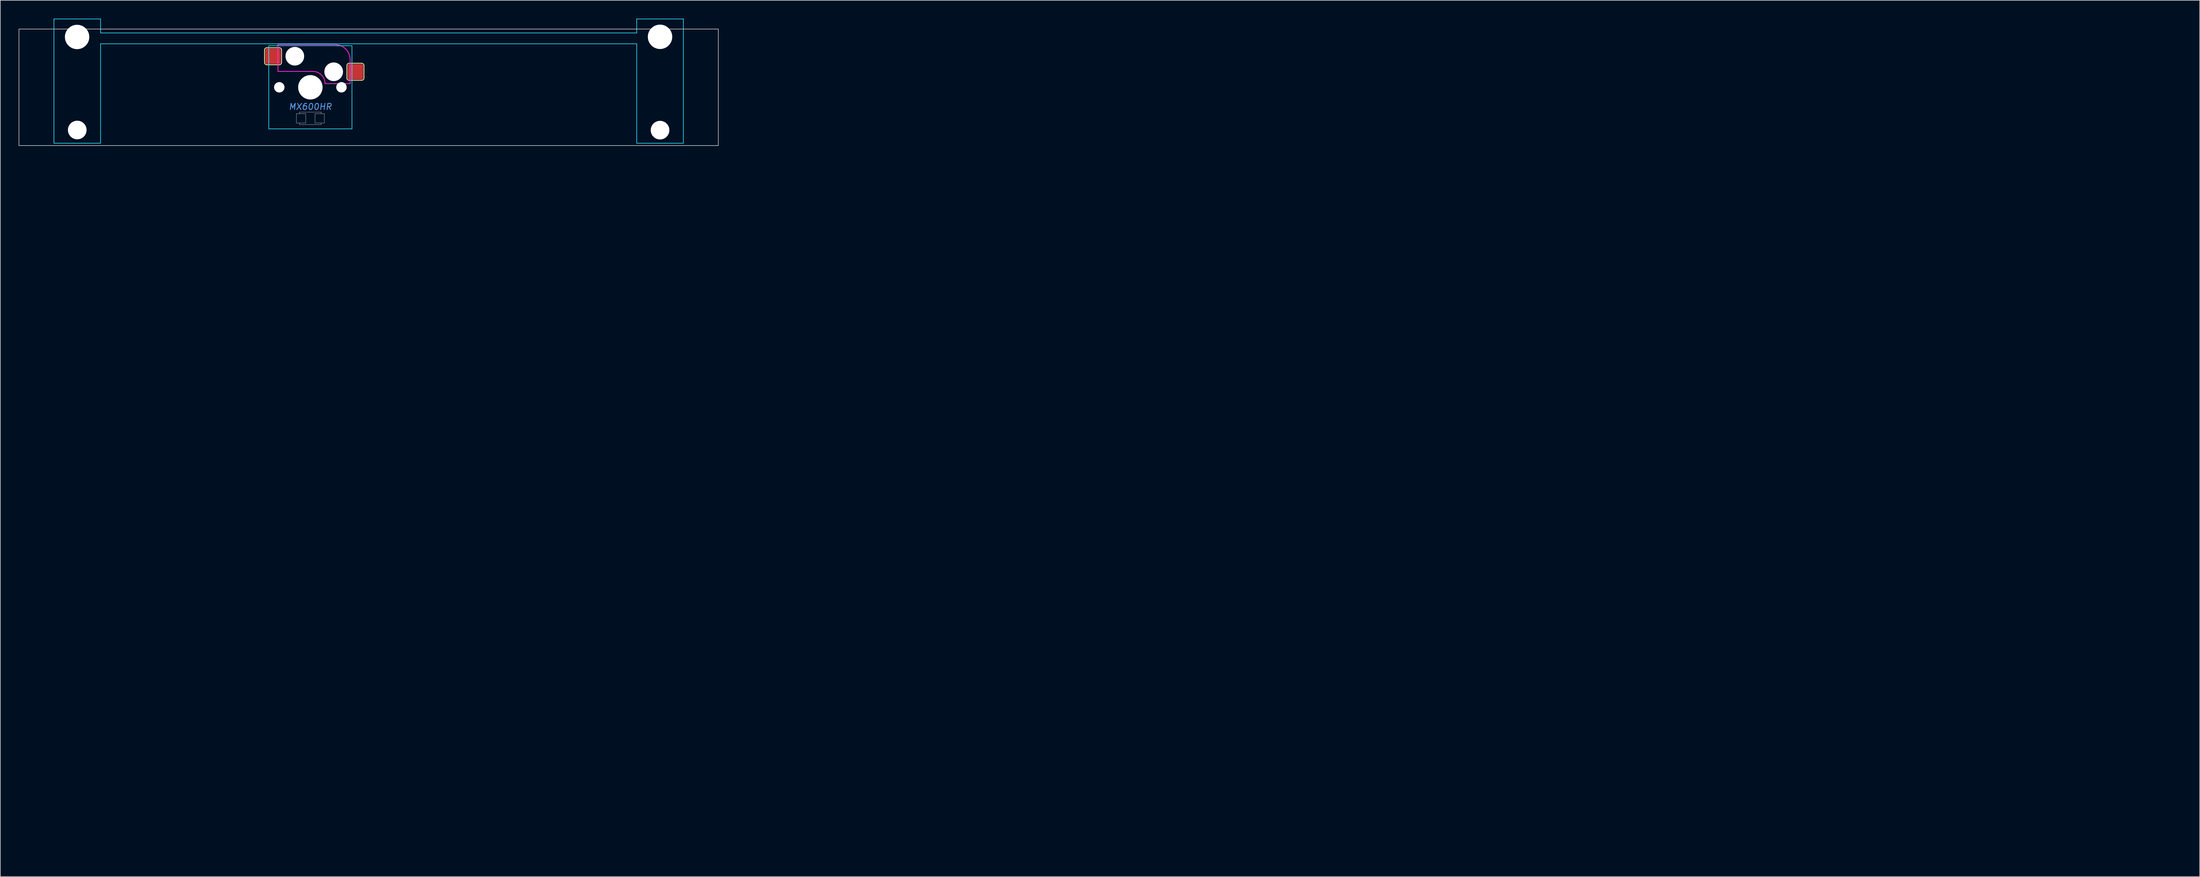
<source format=kicad_pcb>
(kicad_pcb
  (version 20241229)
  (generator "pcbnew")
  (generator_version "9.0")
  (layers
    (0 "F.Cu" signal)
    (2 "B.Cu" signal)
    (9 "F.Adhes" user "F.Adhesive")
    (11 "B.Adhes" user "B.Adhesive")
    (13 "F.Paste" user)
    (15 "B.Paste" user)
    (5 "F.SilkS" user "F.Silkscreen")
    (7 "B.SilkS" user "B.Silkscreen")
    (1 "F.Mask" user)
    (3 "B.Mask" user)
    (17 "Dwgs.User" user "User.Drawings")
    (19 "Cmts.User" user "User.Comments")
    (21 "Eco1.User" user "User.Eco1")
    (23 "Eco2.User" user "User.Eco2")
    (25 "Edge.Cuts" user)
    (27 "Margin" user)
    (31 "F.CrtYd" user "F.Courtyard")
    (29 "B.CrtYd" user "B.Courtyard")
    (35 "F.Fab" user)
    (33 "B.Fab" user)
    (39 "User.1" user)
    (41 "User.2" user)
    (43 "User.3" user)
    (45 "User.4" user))
  (footprint "MX600HR"
    (layer "F.Cu")
    (at 47.675 11.226)
    (property "Reference" "MX600HR" (at 0 3.175 0) (layer "Cmts.User") (effects (font (size 1 1) (thickness 0.15) (italic yes))))
    (attr smd)
    (fp_line (start -7.493 -6.096) (end -7.493 -4.064) (stroke (width 0.127) (type solid)) (layer "F.SilkS"))
    (fp_line (start -7.112 -3.683) (end -5.08 -3.683) (stroke (width 0.127) (type solid)) (layer "F.SilkS"))
    (fp_line (start -5.08 -6.477) (end -7.112 -6.477) (stroke (width 0.127) (type solid)) (layer "F.SilkS"))
    (fp_line (start -4.699 -4.064) (end -4.699 -6.096) (stroke (width 0.127) (type solid)) (layer "F.SilkS"))
    (fp_line (start 5.969 -3.556) (end 5.969 -1.524) (stroke (width 0.127) (type solid)) (layer "F.SilkS"))
    (fp_line (start 6.35 -1.143) (end 8.382 -1.143) (stroke (width 0.127) (type solid)) (layer "F.SilkS"))
    (fp_line (start 8.382 -3.937) (end 6.35 -3.937) (stroke (width 0.127) (type solid)) (layer "F.SilkS"))
    (fp_line (start 8.763 -1.524) (end 8.763 -3.556) (stroke (width 0.127) (type solid)) (layer "F.SilkS"))
    (fp_arc (start -7.493 -6.096) (mid -7.381408 -6.365408) (end -7.112 -6.477) (stroke (width 0.127) (type solid)) (layer "F.SilkS"))
    (fp_arc (start -7.112 -3.683) (mid -7.381408 -3.794592) (end -7.493 -4.064) (stroke (width 0.127) (type solid)) (layer "F.SilkS"))
    (fp_arc (start -5.08 -6.477) (mid -4.810592 -6.365408) (end -4.699 -6.096) (stroke (width 0.127) (type solid)) (layer "F.SilkS"))
    (fp_arc (start -4.699 -4.064) (mid -4.810592 -3.794592) (end -5.08 -3.683) (stroke (width 0.127) (type solid)) (layer "F.SilkS"))
    (fp_arc (start 5.969 -3.556) (mid 6.080592 -3.825408) (end 6.35 -3.937) (stroke (width 0.127) (type solid)) (layer "F.SilkS"))
    (fp_arc (start 6.35 -1.143) (mid 6.080592 -1.254592) (end 5.969 -1.524) (stroke (width 0.127) (type solid)) (layer "F.SilkS"))
    (fp_arc (start 8.382 -3.937) (mid 8.651408 -3.825408) (end 8.763 -3.556) (stroke (width 0.127) (type solid)) (layer "F.SilkS"))
    (fp_arc (start 8.763 -1.524) (mid 8.651408 -1.254592) (end 8.382 -1.143) (stroke (width 0.127) (type solid)) (layer "F.SilkS"))
    (fp_line (start -47.625 -9.525) (end -47.625 9.525) (stroke (width 0.1) (type solid)) (layer "Dwgs.User"))
    (fp_line (start -47.625 -9.525) (end 66.675 -9.525) (stroke (width 0.1) (type solid)) (layer "Dwgs.User"))
    (fp_line (start -47.625 9.525) (end 66.675 9.525) (stroke (width 0.1) (type solid)) (layer "Dwgs.User"))
    (fp_line (start -2.286 4.318) (end -0.762 4.318) (stroke (width 0.051) (type solid)) (layer "Dwgs.User"))
    (fp_line (start -2.286 5.842) (end -2.286 4.318) (stroke (width 0.051) (type solid)) (layer "Dwgs.User"))
    (fp_line (start -1.778 4.064) (end 1.778 4.064) (stroke (width 0.051) (type solid)) (layer "Dwgs.User"))
    (fp_line (start -1.778 4.318) (end -1.778 4.064) (stroke (width 0.051) (type solid)) (layer "Dwgs.User"))
    (fp_line (start -1.778 6.096) (end -1.778 5.842) (stroke (width 0.051) (type solid)) (layer "Dwgs.User"))
    (fp_line (start -0.762 4.318) (end -0.762 5.842) (stroke (width 0.051) (type solid)) (layer "Dwgs.User"))
    (fp_line (start -0.762 5.842) (end -2.286 5.842) (stroke (width 0.051) (type solid)) (layer "Dwgs.User"))
    (fp_line (start 0.762 4.318) (end 2.286 4.318) (stroke (width 0.051) (type solid)) (layer "Dwgs.User"))
    (fp_line (start 0.762 5.842) (end 0.762 4.318) (stroke (width 0.051) (type solid)) (layer "Dwgs.User"))
    (fp_line (start 1.778 4.064) (end 1.778 4.318) (stroke (width 0.051) (type solid)) (layer "Dwgs.User"))
    (fp_line (start 1.778 5.842) (end 1.778 6.096) (stroke (width 0.051) (type solid)) (layer "Dwgs.User"))
    (fp_line (start 1.778 6.096) (end -1.778 6.096) (stroke (width 0.051) (type solid)) (layer "Dwgs.User"))
    (fp_line (start 2.286 4.318) (end 2.286 5.842) (stroke (width 0.051) (type solid)) (layer "Dwgs.User"))
    (fp_line (start 2.286 5.842) (end 0.762 5.842) (stroke (width 0.051) (type solid)) (layer "Dwgs.User"))
    (fp_line (start 66.675 -9.525) (end 66.675 9.525) (stroke (width 0.1) (type solid)) (layer "Dwgs.User"))
    (fp_line (start -42.239 0.508) (end -41.223 0.508) (stroke (width 0.1) (type solid)) (layer "Eco1.User"))
    (fp_line (start -42.239 3.302) (end -42.239 0.508) (stroke (width 0.1) (type solid)) (layer "Eco1.User"))
    (fp_line (start -41.223 0.508) (end -41.223 -6.604) (stroke (width 0.1) (type solid)) (layer "Eco1.User"))
    (fp_line (start -41.223 3.302) (end -42.239 3.302) (stroke (width 0.1) (type solid)) (layer "Eco1.User"))
    (fp_line (start -41.223 -6.604) (end -39.419 -6.604) (stroke (width 0.1) (type solid)) (layer "Eco1.User"))
    (fp_line (start -41.223 5.689) (end -41.223 3.302) (stroke (width 0.1) (type solid)) (layer "Eco1.User"))
    (fp_line (start -39.419 -7.773) (end -36.371 -7.773) (stroke (width 0.1) (type solid)) (layer "Eco1.User"))
    (fp_line (start -39.419 -6.604) (end -39.419 -7.773) (stroke (width 0.1) (type solid)) (layer "Eco1.User"))
    (fp_line (start -36.371 -7.773) (end -36.371 -6.604) (stroke (width 0.1) (type solid)) (layer "Eco1.User"))
    (fp_line (start -36.371 -6.604) (end -34.568 -6.604) (stroke (width 0.1) (type solid)) (layer "Eco1.User"))
    (fp_line (start -34.568 -2.286) (end -6.985 -2.286) (stroke (width 0.1) (type solid)) (layer "Eco1.User"))
    (fp_line (start -34.568 5.689) (end -41.223 5.689) (stroke (width 0.1) (type solid)) (layer "Eco1.User"))
    (fp_line (start -34.568 -6.604) (end -34.568 -2.286) (stroke (width 0.1) (type solid)) (layer "Eco1.User"))
    (fp_line (start -34.568 2.286) (end -34.568 5.689) (stroke (width 0.1) (type solid)) (layer "Eco1.User"))
    (fp_line (start -6.985 -6.985) (end 6.985 -6.985) (stroke (width 0.1) (type solid)) (layer "Eco1.User"))
    (fp_line (start -6.985 -2.286) (end -6.985 -6.985) (stroke (width 0.1) (type solid)) (layer "Eco1.User"))
    (fp_line (start -6.985 2.286) (end -34.568 2.286) (stroke (width 0.1) (type solid)) (layer "Eco1.User"))
    (fp_line (start -6.985 6.985) (end -6.985 2.286) (stroke (width 0.1) (type solid)) (layer "Eco1.User"))
    (fp_line (start -0.941 0.000029) (end 0.941 -0.000027) (stroke (width 0.1) (type solid)) (layer "Eco1.User"))
    (fp_line (start 0 15.765) (end 0 15.765) (stroke (width 0.1) (type solid)) (layer "Eco1.User"))
    (fp_line (start 0 15.765) (end 0 15.765) (stroke (width 0.1) (type solid)) (layer "Eco1.User"))
    (fp_line (start 0 15.765) (end 0 15.765) (stroke (width 0.1) (type solid)) (layer "Eco1.User"))
    (fp_line (start 0.000028 0.941) (end -0.000028 -0.941) (stroke (width 0.1) (type solid)) (layer "Eco1.User"))
    (fp_line (start 6.985 -6.985) (end 6.985 -2.286) (stroke (width 0.1) (type solid)) (layer "Eco1.User"))
    (fp_line (start 6.985 -2.286) (end 53.619 -2.286) (stroke (width 0.1) (type solid)) (layer "Eco1.User"))
    (fp_line (start 6.985 2.286) (end 6.985 6.985) (stroke (width 0.1) (type solid)) (layer "Eco1.User"))
    (fp_line (start 6.985 6.985) (end -6.985 6.985) (stroke (width 0.1) (type solid)) (layer "Eco1.User"))
    (fp_line (start 53.619 -6.604) (end 55.423 -6.604) (stroke (width 0.1) (type solid)) (layer "Eco1.User"))
    (fp_line (start 53.619 2.286) (end 6.985 2.286) (stroke (width 0.1) (type solid)) (layer "Eco1.User"))
    (fp_line (start 53.619 -2.286) (end 53.619 -6.604) (stroke (width 0.1) (type solid)) (layer "Eco1.User"))
    (fp_line (start 53.619 5.69) (end 53.619 2.286) (stroke (width 0.1) (type solid)) (layer "Eco1.User"))
    (fp_line (start 55.423 -7.772) (end 58.471 -7.772) (stroke (width 0.1) (type solid)) (layer "Eco1.User"))
    (fp_line (start 55.423 -6.604) (end 55.423 -7.772) (stroke (width 0.1) (type solid)) (layer "Eco1.User"))
    (fp_line (start 58.471 -7.772) (end 58.471 -6.604) (stroke (width 0.1) (type solid)) (layer "Eco1.User"))
    (fp_line (start 58.471 -6.604) (end 60.274 -6.604) (stroke (width 0.1) (type solid)) (layer "Eco1.User"))
    (fp_line (start 60.274 -6.604) (end 60.274 0.508) (stroke (width 0.1) (type solid)) (layer "Eco1.User"))
    (fp_line (start 60.274 5.69) (end 53.619 5.69) (stroke (width 0.1) (type solid)) (layer "Eco1.User"))
    (fp_line (start 60.274 0.508) (end 61.29 0.508) (stroke (width 0.1) (type solid)) (layer "Eco1.User"))
    (fp_line (start 60.274 3.302) (end 60.274 5.69) (stroke (width 0.1) (type solid)) (layer "Eco1.User"))
    (fp_line (start 61.29 3.302) (end 60.274 3.302) (stroke (width 0.1) (type solid)) (layer "Eco1.User"))
    (fp_line (start 61.29 0.508) (end 61.29 3.302) (stroke (width 0.1) (type solid)) (layer "Eco1.User"))
    (fp_line (start 304.8 88.594) (end 304.8 90.476) (stroke (width 0.1) (type solid)) (layer "Eco1.User"))
    (fp_line (start 304.8 124.154) (end 304.8 126.036) (stroke (width 0.1) (type solid)) (layer "Eco1.User"))
    (fp_line (start 305.741 89.535) (end 303.859 89.535) (stroke (width 0.1) (type solid)) (layer "Eco1.User"))
    (fp_line (start 305.741 125.095) (end 303.859 125.095) (stroke (width 0.1) (type solid)) (layer "Eco1.User"))
    (fp_line (start -41.91 -11.176) (end -34.29 -11.176) (stroke (width 0.1) (type solid)) (layer "B.CrtYd"))
    (fp_line (start -41.91 9.144) (end -41.91 -11.176) (stroke (width 0.1) (type solid)) (layer "B.CrtYd"))
    (fp_line (start -41.91 9.144) (end -34.29 9.144) (stroke (width 0.1) (type solid)) (layer "B.CrtYd"))
    (fp_line (start -34.29 -8.89) (end -34.29 -11.176) (stroke (width 0.1) (type solid)) (layer "B.CrtYd"))
    (fp_line (start -34.29 -7.112) (end -34.29 9.144) (stroke (width 0.1) (type solid)) (layer "B.CrtYd"))
    (fp_line (start -6.8 -6.8) (end -6.8 6.8) (stroke (width 0.1) (type solid)) (layer "B.CrtYd"))
    (fp_line (start 6.8 -6.8) (end -6.8 -6.8) (stroke (width 0.1) (type solid)) (layer "B.CrtYd"))
    (fp_line (start 6.8 -6.8) (end 6.8 6.8) (stroke (width 0.1) (type solid)) (layer "B.CrtYd"))
    (fp_line (start 6.8 6.8) (end -6.8 6.8) (stroke (width 0.1) (type solid)) (layer "B.CrtYd"))
    (fp_line (start 53.34 -8.89) (end -34.29 -8.89) (stroke (width 0.1) (type solid)) (layer "B.CrtYd"))
    (fp_line (start 53.34 -8.89) (end 53.34 -11.176) (stroke (width 0.1) (type solid)) (layer "B.CrtYd"))
    (fp_line (start 53.34 -7.112) (end -34.29 -7.112) (stroke (width 0.1) (type solid)) (layer "B.CrtYd"))
    (fp_line (start 53.34 -7.112) (end 53.34 9.144) (stroke (width 0.1) (type solid)) (layer "B.CrtYd"))
    (fp_line (start 60.96 -11.176) (end 53.34 -11.176) (stroke (width 0.1) (type solid)) (layer "B.CrtYd"))
    (fp_line (start 60.96 9.144) (end 53.34 9.144) (stroke (width 0.1) (type solid)) (layer "B.CrtYd"))
    (fp_line (start 60.96 9.144) (end 60.96 -11.176) (stroke (width 0.1) (type solid)) (layer "B.CrtYd"))
    (fp_line (start -5.3 -7) (end -5.3 -2.6) (stroke (width 0.127) (type solid)) (layer "F.CrtYd"))
    (fp_line (start -5.2 -7) (end -5.3 -7) (stroke (width 0.12) (type solid)) (layer "F.CrtYd"))
    (fp_line (start 0.4 -2.6) (end -5.3 -2.6) (stroke (width 0.127) (type solid)) (layer "F.CrtYd"))
    (fp_line (start 4 -7) (end -5.2 -7) (stroke (width 0.12) (type solid)) (layer "F.CrtYd"))
    (fp_line (start 6.5 -4.5) (end 6.5 -0.6) (stroke (width 0.127) (type solid)) (layer "F.CrtYd"))
    (fp_line (start 6.5 -0.6) (end 2.4 -0.6) (stroke (width 0.12) (type solid)) (layer "F.CrtYd"))
    (fp_arc (start 0.4 -2.6) (mid 1.814214 -2.014214) (end 2.4 -0.6) (stroke (width 0.127) (type solid)) (layer "F.CrtYd"))
    (fp_arc (start 4 -7) (mid 5.767767 -6.267767) (end 6.5 -4.5) (stroke (width 0.127) (type solid)) (layer "F.CrtYd"))
    (pad "" np_thru_hole circle (at -38.125 -8.23 180) (size 3.988 3.988) (drill 3.988) (layers "*.Cu" "*.Mask"))
    (pad "" np_thru_hole circle (at -38.1 6.985 180) (size 3.048 3.048) (drill 3.048) (layers "*.Cu" "*.Mask"))
    (pad "" np_thru_hole circle (at -5.08 0) (size 1.702 1.702) (drill 1.702) (layers "*.Cu" "*.Mask"))
    (pad "" np_thru_hole circle (at -2.54 -5.08) (size 3.048 3.048) (drill 3.048) (layers "*.Cu" "*.Mask"))
    (pad "" np_thru_hole circle (at 0 0) (size 3.988 3.988) (drill 3.988) (layers "*.Cu" "*.Mask"))
    (pad "" np_thru_hole circle (at 3.81 -2.54) (size 3.048 3.048) (drill 3.048) (layers "*.Cu" "*.Mask"))
    (pad "" np_thru_hole circle (at 5.08 0) (size 1.702 1.702) (drill 1.702) (layers "*.Cu" "*.Mask"))
    (pad "" np_thru_hole circle (at 57.15 -8.255 180) (size 3.988 3.988) (drill 3.988) (layers "*.Cu" "*.Mask"))
    (pad "" np_thru_hole circle (at 57.15 7.01 180) (size 3.048 3.048) (drill 3.048) (layers "*.Cu" "*.Mask"))
    (pad "1" smd roundrect (at -6.096 -5.08) (size 2.54 2.54) (layers "F.Cu" "F.Mask") (roundrect_rratio 0.1))
    (pad "2" smd roundrect (at 7.366 -2.54) (size 2.54 2.54) (layers "F.Cu" "F.Mask") (roundrect_rratio 0.1)))
  (gr_rect
    (start -3 -3)
    (end 356.466 140.312)
    (stroke (width 0.1) (type default))
    (fill no)
    (layer "Edge.Cuts")))
</source>
